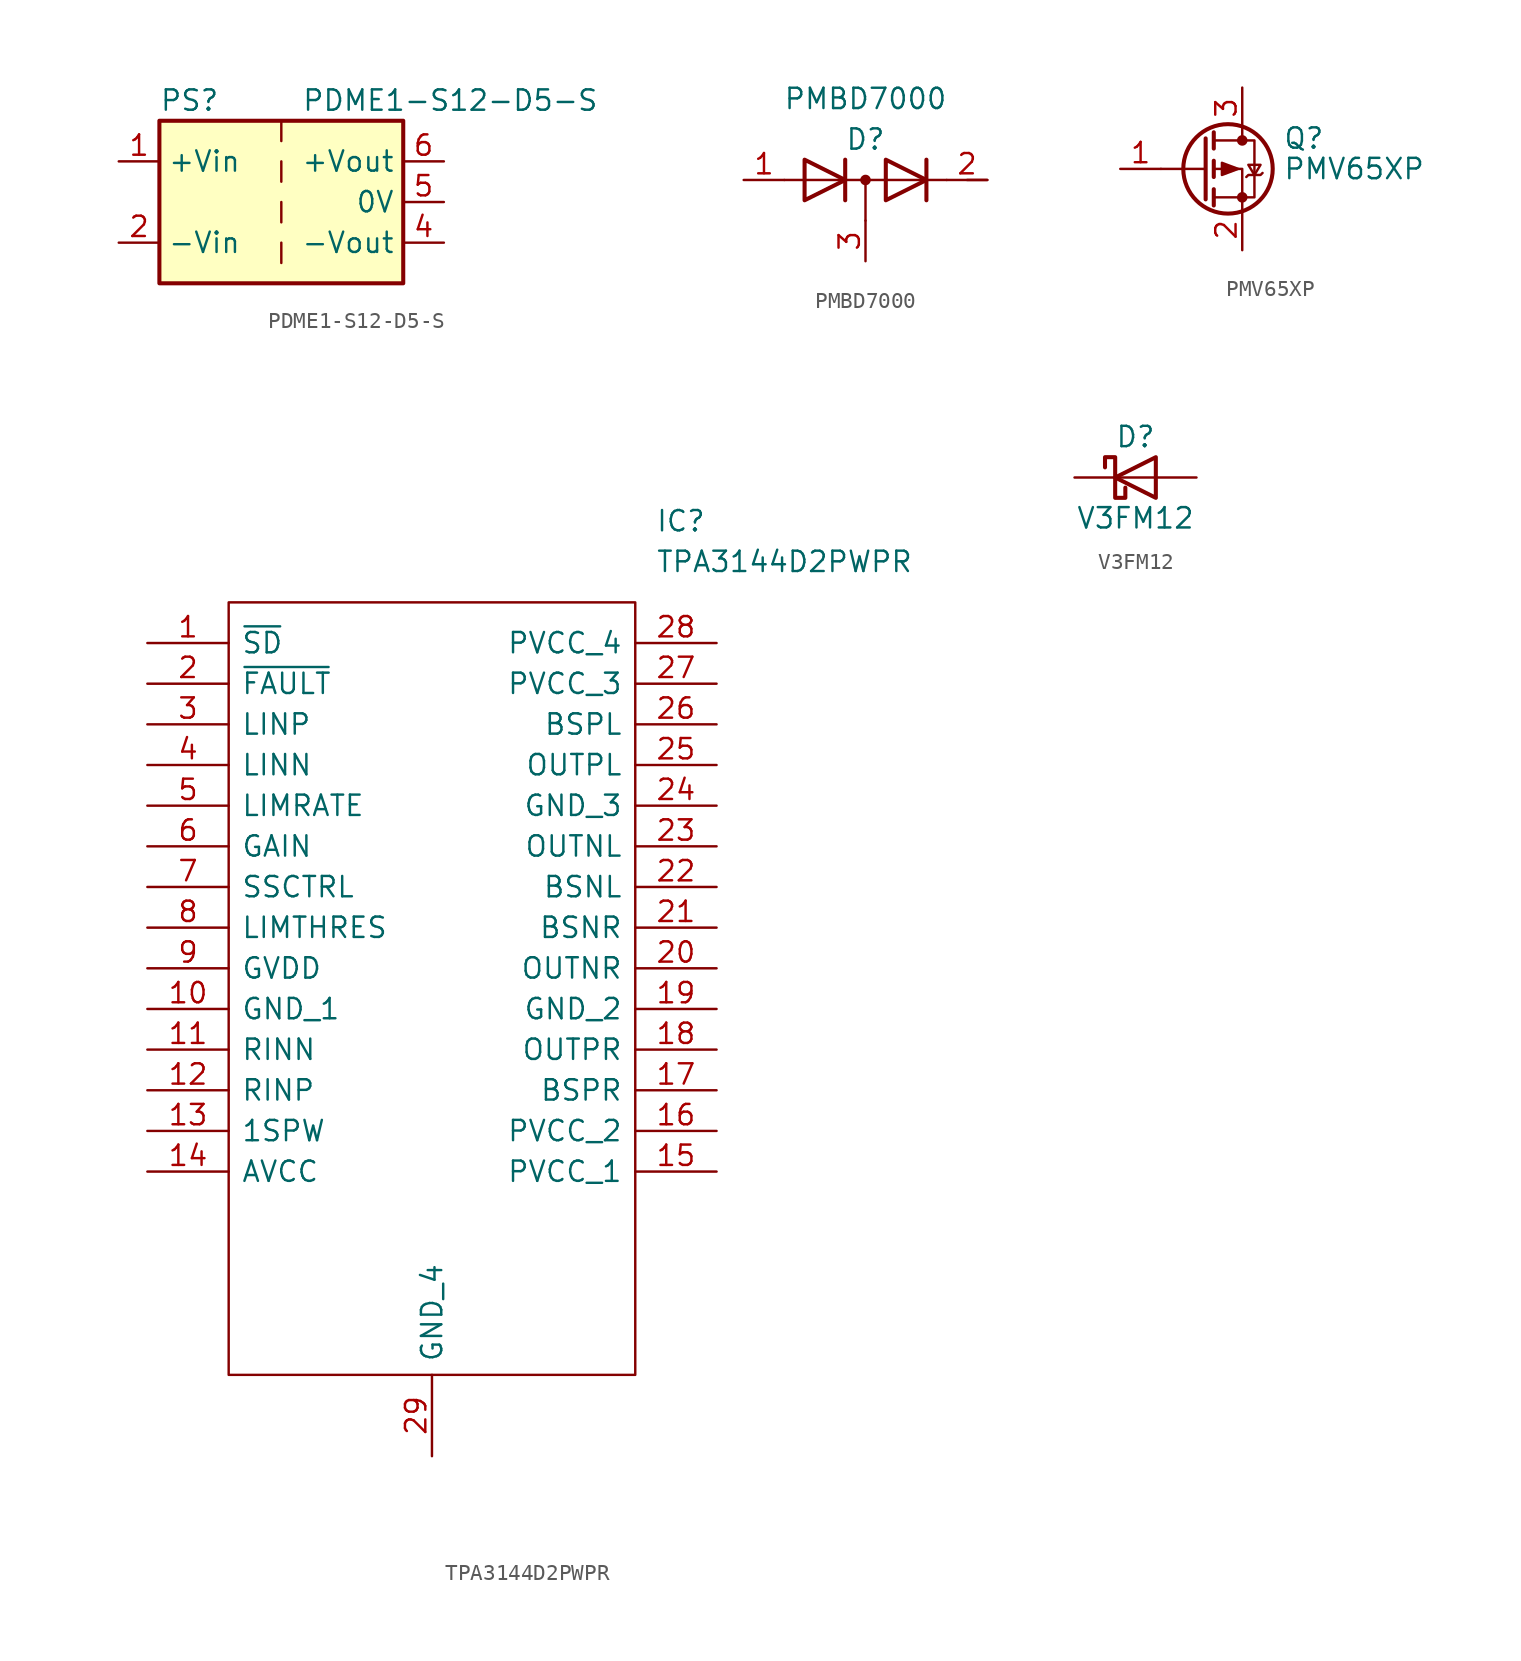
<source format=kicad_sym>
(kicad_symbol_lib
  (version 20211014)
  (generator kicad_symbol_editor)
  (symbol "PDME1-S12-D5-S"
    (property "Reference" "PS"
      (at -7.62 6.35 0)
      (effects (font (size 1.27 1.27)) (justify left)))
    (property "Value" "PDME1-S12-D5-S"
      (at 1.27 6.35 0)
      (effects (font (size 1.27 1.27)) (justify left)))
    (symbol "PDME1-S12-D5-S_0_0"
      (pin power_in line (at -10.16 2.54 0) (length 2.54) (name "+Vin" (effects (font (size 1.27 1.27)))) (number "1" (effects (font (size 1.27 1.27)))))
      (pin power_in line (at -10.16 -2.54 0) (length 2.54) (name "-Vin" (effects (font (size 1.27 1.27)))) (number "2" (effects (font (size 1.27 1.27)))))
      (pin power_out line (at 10.16 -2.54 180) (length 2.54) (name "-Vout" (effects (font (size 1.27 1.27)))) (number "4" (effects (font (size 1.27 1.27)))))
      (pin power_out line (at 10.16 0 180) (length 2.54) (name "0V" (effects (font (size 1.27 1.27)))) (number "5" (effects (font (size 1.27 1.27)))))
      (pin power_out line (at 10.16 2.54 180) (length 2.54) (name "+Vout" (effects (font (size 1.27 1.27)))) (number "6" (effects (font (size 1.27 1.27))))))
    (symbol "PDME1-S12-D5-S_0_1"
      (rectangle (start -7.62 5.08) (end 7.62 -5.08) (stroke (width 0.254) (type default) (color 0 0 0 0)) (fill (type background)))
      (polyline (pts (xy 0 -2.54) (xy 0 -3.81)) (stroke (width 0) (type default) (color 0 0 0 0)) (fill (type none)))
      (polyline (pts (xy 0 0) (xy 0 -1.27)) (stroke (width 0) (type default) (color 0 0 0 0)) (fill (type none)))
      (polyline (pts (xy 0 2.54) (xy 0 1.27)) (stroke (width 0) (type default) (color 0 0 0 0)) (fill (type none)))
      (polyline (pts (xy 0 5.08) (xy 0 3.81)) (stroke (width 0) (type default) (color 0 0 0 0)) (fill (type none)))))
  (symbol "PMBD7000"
    (pin_names
      (offset 0.025) hide)
    (property "Reference" "D"
      (at 0 2.54 0)
      (effects (font (size 1.27 1.27))))
    (property "Value" "PMBD7000"
      (at 0 5.08 0)
      (effects (font (size 1.27 1.27))))
    (symbol "PMBD7000_0_1"
      (polyline (pts (xy -5.08 0) (xy 5.08 0)) (stroke (width 0) (type default) (color 0 0 0 0)) (fill (type none)))
      (polyline (pts (xy 0 0) (xy 0 -2.54)) (stroke (width 0) (type default) (color 0 0 0 0)) (fill (type none)))
      (polyline (pts (xy -1.27 -1.27) (xy -1.27 1.27) (xy -1.27 1.27)) (stroke (width 0.254) (type default) (color 0 0 0 0)) (fill (type none)))
      (polyline (pts (xy 3.81 1.27) (xy 3.81 -1.27) (xy 3.81 -1.27)) (stroke (width 0.254) (type default) (color 0 0 0 0)) (fill (type none)))
      (polyline (pts (xy -3.81 1.27) (xy -1.27 0) (xy -3.81 -1.27) (xy -3.81 1.27) (xy -3.81 1.27) (xy -3.81 1.27)) (stroke (width 0.254) (type default) (color 0 0 0 0)) (fill (type none)))
      (polyline (pts (xy 1.27 1.27) (xy 3.81 0) (xy 1.27 -1.27) (xy 1.27 1.27) (xy 1.27 1.27) (xy 1.27 1.27)) (stroke (width 0.254) (type default) (color 0 0 0 0)) (fill (type none)))
      (circle (center 0 0) (radius 0.254) (stroke (width 0) (type default) (color 0 0 0 0)) (fill (type outline))))
    (symbol "PMBD7000_1_1"
      (polyline (pts (xy 6.35 0) (xy 7.62 0)) (stroke (width 0) (type default) (color 0 0 0 0)) (fill (type none)))
      (pin passive line (at -7.62 0 0) (length 2.54) (name "A1" (effects (font (size 1.27 1.27)))) (number "1" (effects (font (size 1.27 1.27)))))
      (pin passive line (at 7.62 0 180) (length 2.54) (name "K2" (effects (font (size 1.27 1.27)))) (number "2" (effects (font (size 1.27 1.27)))))
      (pin passive line (at 0 -5.08 90) (length 2.54) (name "K1A2" (effects (font (size 1.27 1.27)))) (number "3" (effects (font (size 1.27 1.27)))))))
  (symbol "PMV65XP"
    (pin_names hide)
    (property "Reference" "Q"
      (at 5.08 1.905 0)
      (effects (font (size 1.27 1.27)) (justify left)))
    (property "Value" "PMV65XP"
      (at 5.08 0 0)
      (effects (font (size 1.27 1.27)) (justify left)))
    (symbol "PMV65XP_0_1"
      (polyline (pts (xy 0.254 0) (xy -2.54 0)) (stroke (width 0) (type default) (color 0 0 0 0)) (fill (type none)))
      (polyline (pts (xy 0.254 1.905) (xy 0.254 -1.905)) (stroke (width 0.254) (type default) (color 0 0 0 0)) (fill (type none)))
      (polyline (pts (xy 0.762 -1.27) (xy 0.762 -2.286)) (stroke (width 0.254) (type default) (color 0 0 0 0)) (fill (type none)))
      (polyline (pts (xy 0.762 0.508) (xy 0.762 -0.508)) (stroke (width 0.254) (type default) (color 0 0 0 0)) (fill (type none)))
      (polyline (pts (xy 0.762 2.286) (xy 0.762 1.27)) (stroke (width 0.254) (type default) (color 0 0 0 0)) (fill (type none)))
      (polyline (pts (xy 2.54 2.54) (xy 2.54 1.778)) (stroke (width 0) (type default) (color 0 0 0 0)) (fill (type none)))
      (polyline (pts (xy 2.54 -2.54) (xy 2.54 0) (xy 0.762 0)) (stroke (width 0) (type default) (color 0 0 0 0)) (fill (type none)))
      (polyline (pts (xy 0.762 1.778) (xy 3.302 1.778) (xy 3.302 -1.778) (xy 0.762 -1.778)) (stroke (width 0) (type default) (color 0 0 0 0)) (fill (type none)))
      (polyline (pts (xy 2.286 0) (xy 1.27 0.381) (xy 1.27 -0.381) (xy 2.286 0)) (stroke (width 0) (type default) (color 0 0 0 0)) (fill (type outline)))
      (polyline (pts (xy 2.794 -0.508) (xy 2.921 -0.381) (xy 3.683 -0.381) (xy 3.81 -0.254)) (stroke (width 0) (type default) (color 0 0 0 0)) (fill (type none)))
      (polyline (pts (xy 3.302 -0.381) (xy 2.921 0.254) (xy 3.683 0.254) (xy 3.302 -0.381)) (stroke (width 0) (type default) (color 0 0 0 0)) (fill (type none)))
      (circle (center 1.651 0) (radius 2.794) (stroke (width 0.254) (type default) (color 0 0 0 0)) (fill (type none)))
      (circle (center 2.54 -1.778) (radius 0.254) (stroke (width 0) (type default) (color 0 0 0 0)) (fill (type outline)))
      (circle (center 2.54 1.778) (radius 0.254) (stroke (width 0) (type default) (color 0 0 0 0)) (fill (type outline))))
    (symbol "PMV65XP_1_1"
      (pin input line (at -5.08 0 0) (length 2.54) (name "G" (effects (font (size 1.27 1.27)))) (number "1" (effects (font (size 1.27 1.27)))))
      (pin passive line (at 2.54 -5.08 90) (length 2.54) (name "S" (effects (font (size 1.27 1.27)))) (number "2" (effects (font (size 1.27 1.27)))))
      (pin passive line (at 2.54 5.08 270) (length 2.54) (name "D" (effects (font (size 1.27 1.27)))) (number "3" (effects (font (size 1.27 1.27)))))))
  (symbol "TPA3144D2PWPR"
    (pin_names
      (offset 0.762))
    (property "Reference" "IC"
      (at 31.75 7.62 0)
      (effects (font (size 1.27 1.27)) (justify left)))
    (property "Value" "TPA3144D2PWPR"
      (at 31.75 5.08 0)
      (effects (font (size 1.27 1.27)) (justify left)))
    (symbol "TPA3144D2PWPR_0_0"
      (pin passive line (at 0 0 0) (length 5.08) (name "~{SD}" (effects (font (size 1.27 1.27)))) (number "1" (effects (font (size 1.27 1.27)))))
      (pin passive line (at 0 -22.86 0) (length 5.08) (name "GND_1" (effects (font (size 1.27 1.27)))) (number "10" (effects (font (size 1.27 1.27)))))
      (pin passive line (at 0 -25.4 0) (length 5.08) (name "RINN" (effects (font (size 1.27 1.27)))) (number "11" (effects (font (size 1.27 1.27)))))
      (pin passive line (at 0 -27.94 0) (length 5.08) (name "RINP" (effects (font (size 1.27 1.27)))) (number "12" (effects (font (size 1.27 1.27)))))
      (pin passive line (at 0 -30.48 0) (length 5.08) (name "1SPW" (effects (font (size 1.27 1.27)))) (number "13" (effects (font (size 1.27 1.27)))))
      (pin passive line (at 0 -33.02 0) (length 5.08) (name "AVCC" (effects (font (size 1.27 1.27)))) (number "14" (effects (font (size 1.27 1.27)))))
      (pin passive line (at 35.56 -33.02 180) (length 5.08) (name "PVCC_1" (effects (font (size 1.27 1.27)))) (number "15" (effects (font (size 1.27 1.27)))))
      (pin passive line (at 35.56 -30.48 180) (length 5.08) (name "PVCC_2" (effects (font (size 1.27 1.27)))) (number "16" (effects (font (size 1.27 1.27)))))
      (pin passive line (at 35.56 -27.94 180) (length 5.08) (name "BSPR" (effects (font (size 1.27 1.27)))) (number "17" (effects (font (size 1.27 1.27)))))
      (pin passive line (at 35.56 -25.4 180) (length 5.08) (name "OUTPR" (effects (font (size 1.27 1.27)))) (number "18" (effects (font (size 1.27 1.27)))))
      (pin passive line (at 35.56 -22.86 180) (length 5.08) (name "GND_2" (effects (font (size 1.27 1.27)))) (number "19" (effects (font (size 1.27 1.27)))))
      (pin passive line (at 0 -2.54 0) (length 5.08) (name "~{FAULT}" (effects (font (size 1.27 1.27)))) (number "2" (effects (font (size 1.27 1.27)))))
      (pin passive line (at 35.56 -20.32 180) (length 5.08) (name "OUTNR" (effects (font (size 1.27 1.27)))) (number "20" (effects (font (size 1.27 1.27)))))
      (pin passive line (at 35.56 -17.78 180) (length 5.08) (name "BSNR" (effects (font (size 1.27 1.27)))) (number "21" (effects (font (size 1.27 1.27)))))
      (pin passive line (at 35.56 -15.24 180) (length 5.08) (name "BSNL" (effects (font (size 1.27 1.27)))) (number "22" (effects (font (size 1.27 1.27)))))
      (pin passive line (at 35.56 -12.7 180) (length 5.08) (name "OUTNL" (effects (font (size 1.27 1.27)))) (number "23" (effects (font (size 1.27 1.27)))))
      (pin passive line (at 35.56 -10.16 180) (length 5.08) (name "GND_3" (effects (font (size 1.27 1.27)))) (number "24" (effects (font (size 1.27 1.27)))))
      (pin passive line (at 35.56 -7.62 180) (length 5.08) (name "OUTPL" (effects (font (size 1.27 1.27)))) (number "25" (effects (font (size 1.27 1.27)))))
      (pin passive line (at 35.56 -5.08 180) (length 5.08) (name "BSPL" (effects (font (size 1.27 1.27)))) (number "26" (effects (font (size 1.27 1.27)))))
      (pin passive line (at 35.56 -2.54 180) (length 5.08) (name "PVCC_3" (effects (font (size 1.27 1.27)))) (number "27" (effects (font (size 1.27 1.27)))))
      (pin passive line (at 35.56 0 180) (length 5.08) (name "PVCC_4" (effects (font (size 1.27 1.27)))) (number "28" (effects (font (size 1.27 1.27)))))
      (pin passive line (at 17.78 -50.8 90) (length 5.08) (name "GND_4" (effects (font (size 1.27 1.27)))) (number "29" (effects (font (size 1.27 1.27)))))
      (pin passive line (at 0 -5.08 0) (length 5.08) (name "LINP" (effects (font (size 1.27 1.27)))) (number "3" (effects (font (size 1.27 1.27)))))
      (pin passive line (at 0 -7.62 0) (length 5.08) (name "LINN" (effects (font (size 1.27 1.27)))) (number "4" (effects (font (size 1.27 1.27)))))
      (pin passive line (at 0 -10.16 0) (length 5.08) (name "LIMRATE" (effects (font (size 1.27 1.27)))) (number "5" (effects (font (size 1.27 1.27)))))
      (pin passive line (at 0 -12.7 0) (length 5.08) (name "GAIN" (effects (font (size 1.27 1.27)))) (number "6" (effects (font (size 1.27 1.27)))))
      (pin passive line (at 0 -15.24 0) (length 5.08) (name "SSCTRL" (effects (font (size 1.27 1.27)))) (number "7" (effects (font (size 1.27 1.27)))))
      (pin passive line (at 0 -17.78 0) (length 5.08) (name "LIMTHRES" (effects (font (size 1.27 1.27)))) (number "8" (effects (font (size 1.27 1.27)))))
      (pin passive line (at 0 -20.32 0) (length 5.08) (name "GVDD" (effects (font (size 1.27 1.27)))) (number "9" (effects (font (size 1.27 1.27))))))
    (symbol "TPA3144D2PWPR_0_1"
      (polyline (pts (xy 5.08 2.54) (xy 30.48 2.54) (xy 30.48 -45.72) (xy 5.08 -45.72) (xy 5.08 2.54)) (stroke (width 0.152) (type default) (color 0 0 0 0)) (fill (type none)))))
  (symbol "V3FM12"
    (pin_numbers hide)
    (pin_names hide)
    (property "Reference" "D"
      (at 0 2.54 0)
      (effects (font (size 1.27 1.27))))
    (property "Value" "V3FM12"
      (at 0 -2.54 0)
      (effects (font (size 1.27 1.27))))
    (symbol "V3FM12_0_1"
      (polyline (pts (xy 1.27 0) (xy -1.27 0)) (stroke (width 0) (type default) (color 0 0 0 0)) (fill (type none)))
      (polyline (pts (xy 1.27 1.27) (xy 1.27 -1.27) (xy -1.27 0) (xy 1.27 1.27)) (stroke (width 0.254) (type default) (color 0 0 0 0)) (fill (type none)))
      (polyline (pts (xy -1.905 0.635) (xy -1.905 1.27) (xy -1.27 1.27) (xy -1.27 -1.27) (xy -0.635 -1.27) (xy -0.635 -0.635)) (stroke (width 0.254) (type default) (color 0 0 0 0)) (fill (type none))))
    (symbol "V3FM12_1_1"
      (pin passive line (at -3.81 0 0) (length 2.54) (name "K" (effects (font (size 1.27 1.27)))) (number "1" (effects (font (size 1.27 1.27)))))
      (pin passive line (at 3.81 0 180) (length 2.54) (name "A" (effects (font (size 1.27 1.27)))) (number "2" (effects (font (size 1.27 1.27))))))))
</source>
